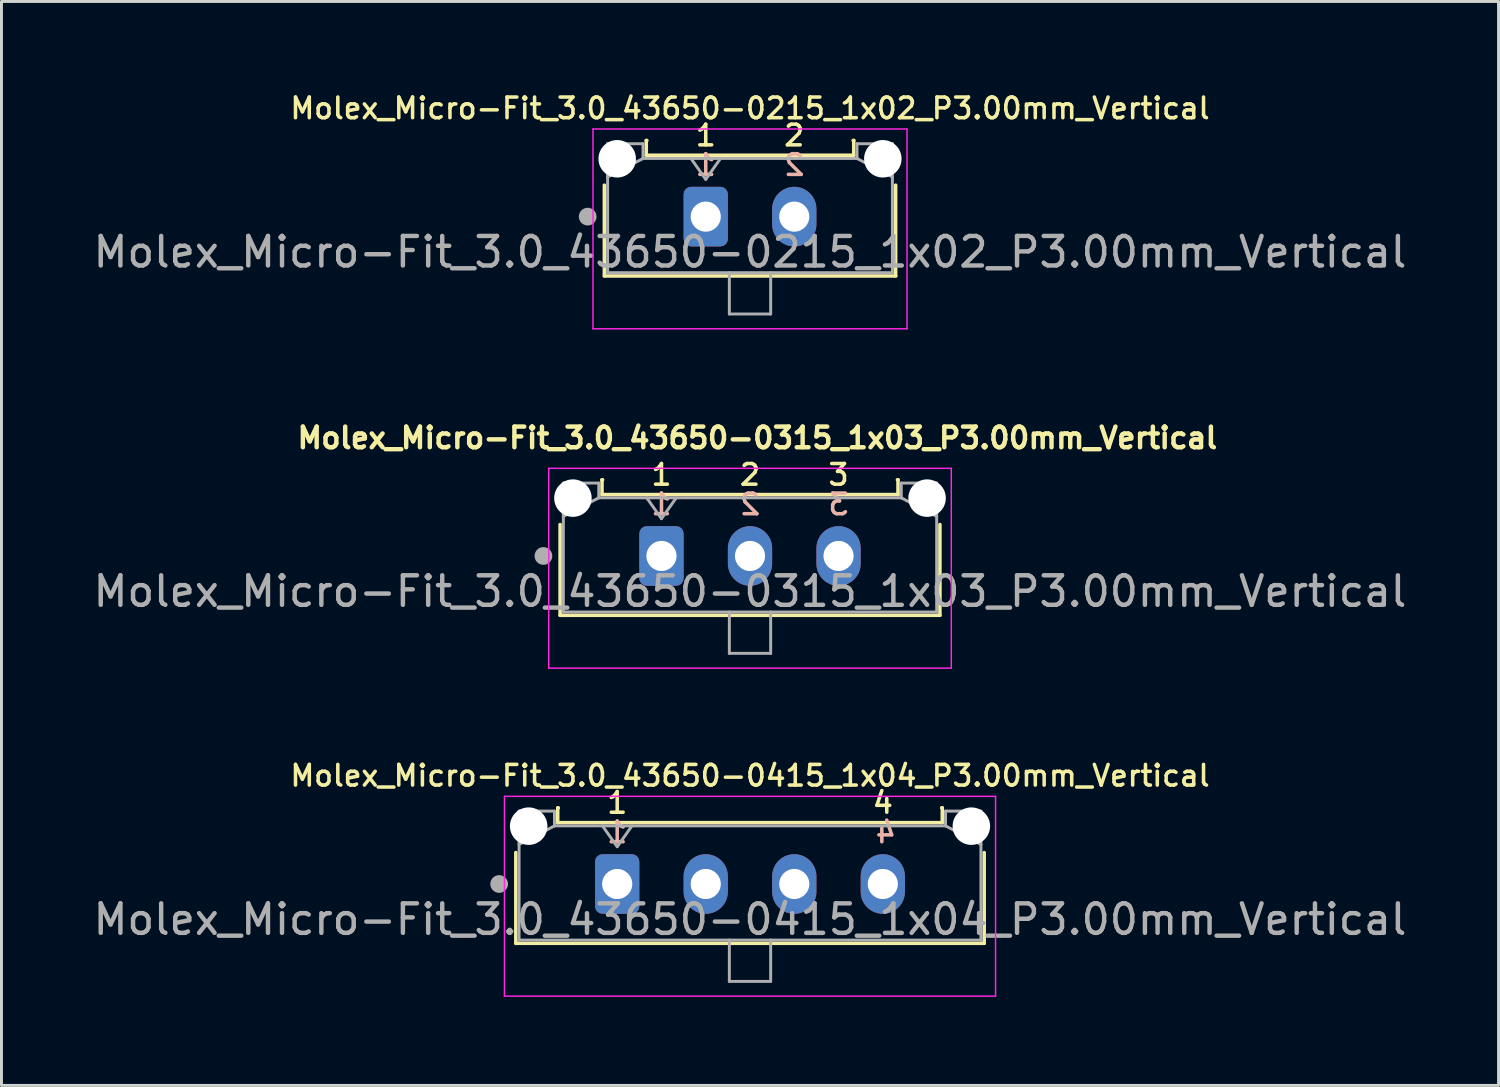
<source format=kicad_pcb>
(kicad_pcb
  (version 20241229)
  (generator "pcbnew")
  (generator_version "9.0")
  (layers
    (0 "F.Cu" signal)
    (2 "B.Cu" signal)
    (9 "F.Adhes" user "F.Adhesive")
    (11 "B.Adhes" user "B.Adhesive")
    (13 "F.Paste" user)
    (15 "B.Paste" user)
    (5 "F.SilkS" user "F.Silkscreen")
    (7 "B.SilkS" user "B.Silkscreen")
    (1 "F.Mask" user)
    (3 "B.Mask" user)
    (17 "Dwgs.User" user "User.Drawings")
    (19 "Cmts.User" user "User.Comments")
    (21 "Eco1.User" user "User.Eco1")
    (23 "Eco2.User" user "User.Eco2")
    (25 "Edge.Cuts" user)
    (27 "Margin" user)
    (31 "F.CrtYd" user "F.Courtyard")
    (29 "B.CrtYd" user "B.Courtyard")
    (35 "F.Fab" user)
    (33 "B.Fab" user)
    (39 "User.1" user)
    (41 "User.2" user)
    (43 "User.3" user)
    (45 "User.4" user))
  (footprint "Molex_Micro-Fit_3.0_43650-0415_1x04_P3.00mm_Vertical"
    (layer "F.Cu")
    (at 17.863 26.903)
    (property "Reference" "Molex_Micro-Fit_3.0_43650-0415_1x04_P3.00mm_Vertical" (at 4.5 -3.67 0) (layer "F.SilkS") (effects (font (size 0.7 0.7) (thickness 0.12))))
    (attr through_hole)
    (fp_line (start -3.435 -1.065) (end -3.435 2.01) (stroke (width 0.12) (type solid)) (layer "F.SilkS"))
    (fp_line (start -3.435 2.01) (end 12.435 2.01) (stroke (width 0.12) (type solid)) (layer "F.SilkS"))
    (fp_line (start -2.015 -2.58) (end -2.015 -2.08) (stroke (width 0.12) (type solid)) (layer "F.SilkS"))
    (fp_line (start -2.015 -2.08) (end 11.015 -2.08) (stroke (width 0.12) (type solid)) (layer "F.SilkS"))
    (fp_line (start -1.995 -2.58) (end -2.015 -2.58) (stroke (width 0.12) (type solid)) (layer "F.SilkS"))
    (fp_line (start 11.015 -2.58) (end 10.995 -2.58) (stroke (width 0.12) (type solid)) (layer "F.SilkS"))
    (fp_line (start 11.015 -2.08) (end 11.015 -2.58) (stroke (width 0.12) (type solid)) (layer "F.SilkS"))
    (fp_line (start 12.435 2.01) (end 12.435 -1.065) (stroke (width 0.12) (type solid)) (layer "F.SilkS"))
    (fp_line (start -3.82 -2.97) (end 12.82 -2.97) (stroke (width 0.05) (type solid)) (layer "F.CrtYd"))
    (fp_line (start -3.82 3.8) (end -3.82 -2.97) (stroke (width 0.05) (type solid)) (layer "F.CrtYd"))
    (fp_line (start 12.82 -2.97) (end 12.82 3.8) (stroke (width 0.05) (type solid)) (layer "F.CrtYd"))
    (fp_line (start 12.82 3.8) (end -3.82 3.8) (stroke (width 0.05) (type solid)) (layer "F.CrtYd"))
    (fp_line (start -3.325 -2.47) (end -3.325 1.9) (stroke (width 0.1) (type solid)) (layer "F.Fab"))
    (fp_line (start -3.325 -1.34) (end -2.125 -1.97) (stroke (width 0.1) (type solid)) (layer "F.Fab"))
    (fp_line (start -3.325 1.9) (end 12.325 1.9) (stroke (width 0.1) (type solid)) (layer "F.Fab"))
    (fp_line (start -2.125 -2.47) (end -3.325 -2.47) (stroke (width 0.1) (type solid)) (layer "F.Fab"))
    (fp_line (start -2.125 -1.97) (end -2.125 -2.47) (stroke (width 0.1) (type solid)) (layer "F.Fab"))
    (fp_line (start -0.5 -1.97) (end 0 -1.263) (stroke (width 0.1) (type solid)) (layer "F.Fab"))
    (fp_line (start 0 -1.263) (end 0.5 -1.97) (stroke (width 0.1) (type solid)) (layer "F.Fab"))
    (fp_line (start 3.8 1.9) (end 3.8 3.3) (stroke (width 0.1) (type solid)) (layer "F.Fab"))
    (fp_line (start 3.8 3.3) (end 5.2 3.3) (stroke (width 0.1) (type solid)) (layer "F.Fab"))
    (fp_line (start 5.2 3.3) (end 5.2 1.9) (stroke (width 0.1) (type solid)) (layer "F.Fab"))
    (fp_line (start 11.125 -2.47) (end 11.125 -1.97) (stroke (width 0.1) (type solid)) (layer "F.Fab"))
    (fp_line (start 11.125 -1.97) (end -2.125 -1.97) (stroke (width 0.1) (type solid)) (layer "F.Fab"))
    (fp_line (start 12.325 -2.47) (end 11.125 -2.47) (stroke (width 0.1) (type solid)) (layer "F.Fab"))
    (fp_line (start 12.325 -1.34) (end 11.125 -1.97) (stroke (width 0.1) (type solid)) (layer "F.Fab"))
    (fp_line (start 12.325 1.9) (end 12.325 -2.47) (stroke (width 0.1) (type solid)) (layer "F.Fab"))
    (fp_circle (center -4 0) (end -3.85 0) (stroke (width 0.3) (type solid)) (fill no) (layer "F.Fab"))
    (fp_text user "4" (at 9 -2.75 0) (layer "F.SilkS") (effects (font (size 0.7 0.7) (thickness 0.12))))
    (fp_text user "1" (at 0 -2.75 0) (layer "F.SilkS") (effects (font (size 0.7 0.7) (thickness 0.12))))
    (fp_text user "1" (at 0 -1.75 0) (layer "B.SilkS") (effects (font (size 0.7 0.7) (thickness 0.12)) (justify mirror)))
    (fp_text user "4" (at 9.1 -1.75 0) (layer "B.SilkS") (effects (font (size 0.7 0.7) (thickness 0.12)) (justify mirror)))
    (fp_text user "${REFERENCE}" (at 4.5 1.2 0) (layer "F.Fab") (effects (font (size 1 1) (thickness 0.15))))
    (pad "" np_thru_hole circle (at -3 -1.96) (size 1.27 1.27) (drill 1.27) (layers "*.Cu" "*.Mask"))
    (pad "" np_thru_hole circle (at 12 -1.96) (size 1.27 1.27) (drill 1.27) (layers "*.Cu" "*.Mask"))
    (pad "1" thru_hole roundrect (at 0 0) (size 1.5 2.02) (drill 1.02) (layers "*.Cu" "*.Mask") (roundrect_rratio 0.167))
    (pad "2" thru_hole oval (at 3 0) (size 1.5 2.02) (drill 1.02) (layers "*.Cu" "*.Mask"))
    (pad "3" thru_hole oval (at 6 0) (size 1.5 2.02) (drill 1.02) (layers "*.Cu" "*.Mask"))
    (pad "4" thru_hole oval (at 9 0) (size 1.5 2.02) (drill 1.02) (layers "*.Cu" "*.Mask")))
  (footprint "Molex_Micro-Fit_3.0_43650-0315_1x03_P3.00mm_Vertical"
    (layer "F.Cu")
    (at 19.363 15.788)
    (property "Reference" "Molex_Micro-Fit_3.0_43650-0315_1x03_P3.00mm_Vertical" (at 3.25 -4 0) (layer "F.SilkS") (effects (font (size 0.7 0.7) (thickness 0.15))))
    (attr through_hole)
    (fp_line (start -3.435 -1.065) (end -3.435 2.01) (stroke (width 0.12) (type solid)) (layer "F.SilkS"))
    (fp_line (start -3.435 2.01) (end 9.435 2.01) (stroke (width 0.12) (type solid)) (layer "F.SilkS"))
    (fp_line (start -2.015 -2.58) (end -2.015 -2.08) (stroke (width 0.12) (type solid)) (layer "F.SilkS"))
    (fp_line (start -2.015 -2.08) (end 8.015 -2.08) (stroke (width 0.12) (type solid)) (layer "F.SilkS"))
    (fp_line (start -1.995 -2.58) (end -2.015 -2.58) (stroke (width 0.12) (type solid)) (layer "F.SilkS"))
    (fp_line (start 8.015 -2.58) (end 7.995 -2.58) (stroke (width 0.12) (type solid)) (layer "F.SilkS"))
    (fp_line (start 8.015 -2.08) (end 8.015 -2.58) (stroke (width 0.12) (type solid)) (layer "F.SilkS"))
    (fp_line (start 9.435 2.01) (end 9.435 -1.065) (stroke (width 0.12) (type solid)) (layer "F.SilkS"))
    (fp_line (start -3.82 -2.97) (end 9.82 -2.97) (stroke (width 0.05) (type solid)) (layer "F.CrtYd"))
    (fp_line (start -3.82 3.8) (end -3.82 -2.97) (stroke (width 0.05) (type solid)) (layer "F.CrtYd"))
    (fp_line (start 9.82 -2.97) (end 9.82 3.8) (stroke (width 0.05) (type solid)) (layer "F.CrtYd"))
    (fp_line (start 9.82 3.8) (end -3.82 3.8) (stroke (width 0.05) (type solid)) (layer "F.CrtYd"))
    (fp_line (start -3.325 -2.47) (end -3.325 1.9) (stroke (width 0.1) (type solid)) (layer "F.Fab"))
    (fp_line (start -3.325 -1.34) (end -2.125 -1.97) (stroke (width 0.1) (type solid)) (layer "F.Fab"))
    (fp_line (start -3.325 1.9) (end 9.325 1.9) (stroke (width 0.1) (type solid)) (layer "F.Fab"))
    (fp_line (start -2.125 -2.47) (end -3.325 -2.47) (stroke (width 0.1) (type solid)) (layer "F.Fab"))
    (fp_line (start -2.125 -1.97) (end -2.125 -2.47) (stroke (width 0.1) (type solid)) (layer "F.Fab"))
    (fp_line (start -0.5 -1.97) (end 0 -1.263) (stroke (width 0.1) (type solid)) (layer "F.Fab"))
    (fp_line (start 0 -1.263) (end 0.5 -1.97) (stroke (width 0.1) (type solid)) (layer "F.Fab"))
    (fp_line (start 2.3 1.9) (end 2.3 3.3) (stroke (width 0.1) (type solid)) (layer "F.Fab"))
    (fp_line (start 2.3 3.3) (end 3.7 3.3) (stroke (width 0.1) (type solid)) (layer "F.Fab"))
    (fp_line (start 3.7 3.3) (end 3.7 1.9) (stroke (width 0.1) (type solid)) (layer "F.Fab"))
    (fp_line (start 8.125 -2.47) (end 8.125 -1.97) (stroke (width 0.1) (type solid)) (layer "F.Fab"))
    (fp_line (start 8.125 -1.97) (end -2.125 -1.97) (stroke (width 0.1) (type solid)) (layer "F.Fab"))
    (fp_line (start 9.325 -2.47) (end 8.125 -2.47) (stroke (width 0.1) (type solid)) (layer "F.Fab"))
    (fp_line (start 9.325 -1.34) (end 8.125 -1.97) (stroke (width 0.1) (type solid)) (layer "F.Fab"))
    (fp_line (start 9.325 1.9) (end 9.325 -2.47) (stroke (width 0.1) (type solid)) (layer "F.Fab"))
    (fp_circle (center -4 0) (end -3.85 0) (stroke (width 0.3) (type solid)) (fill no) (layer "F.Fab"))
    (fp_text user "2" (at 3 -2.75 0) (layer "F.SilkS") (effects (font (size 0.7 0.7) (thickness 0.12))))
    (fp_text user "3" (at 6 -2.75 0) (layer "F.SilkS") (effects (font (size 0.7 0.7) (thickness 0.12))))
    (fp_text user "1" (at 0 -2.75 0) (layer "F.SilkS") (effects (font (size 0.7 0.7) (thickness 0.12))))
    (fp_text user "2" (at 3 -1.75 0) (layer "B.SilkS") (effects (font (size 0.7 0.7) (thickness 0.12)) (justify mirror)))
    (fp_text user "1" (at 0 -1.75 0) (layer "B.SilkS") (effects (font (size 0.7 0.7) (thickness 0.12)) (justify mirror)))
    (fp_text user "3" (at 6 -1.75 0) (layer "B.SilkS") (effects (font (size 0.7 0.7) (thickness 0.12)) (justify mirror)))
    (fp_text user "${REFERENCE}" (at 3 1.2 0) (layer "F.Fab") (effects (font (size 1 1) (thickness 0.15))))
    (pad "" np_thru_hole circle (at -3 -1.96) (size 1.27 1.27) (drill 1.27) (layers "*.Cu" "*.Mask"))
    (pad "" np_thru_hole circle (at 9 -1.96) (size 1.27 1.27) (drill 1.27) (layers "*.Cu" "*.Mask"))
    (pad "1" thru_hole roundrect (at 0 0) (size 1.5 2.02) (drill 1.02) (layers "*.Cu" "*.Mask") (roundrect_rratio 0.167))
    (pad "2" thru_hole oval (at 3 0) (size 1.5 2.02) (drill 1.02) (layers "*.Cu" "*.Mask"))
    (pad "3" thru_hole oval (at 6 0) (size 1.5 2.02) (drill 1.02) (layers "*.Cu" "*.Mask")))
  (footprint "Molex_Micro-Fit_3.0_43650-0215_1x02_P3.00mm_Vertical"
    (layer "F.Cu")
    (at 20.863 4.29)
    (property "Reference" "Molex_Micro-Fit_3.0_43650-0215_1x02_P3.00mm_Vertical" (at 1.5 -3.67 0) (layer "F.SilkS") (effects (font (size 0.7 0.7) (thickness 0.12))))
    (attr through_hole)
    (fp_line (start -3.435 -1.065) (end -3.435 2.01) (stroke (width 0.12) (type solid)) (layer "F.SilkS"))
    (fp_line (start -3.435 2.01) (end 6.435 2.01) (stroke (width 0.12) (type solid)) (layer "F.SilkS"))
    (fp_line (start -2.015 -2.58) (end -2.015 -2.08) (stroke (width 0.12) (type solid)) (layer "F.SilkS"))
    (fp_line (start -2.015 -2.08) (end 5.015 -2.08) (stroke (width 0.12) (type solid)) (layer "F.SilkS"))
    (fp_line (start -1.995 -2.58) (end -2.015 -2.58) (stroke (width 0.12) (type solid)) (layer "F.SilkS"))
    (fp_line (start 5.015 -2.58) (end 4.995 -2.58) (stroke (width 0.12) (type solid)) (layer "F.SilkS"))
    (fp_line (start 5.015 -2.08) (end 5.015 -2.58) (stroke (width 0.12) (type solid)) (layer "F.SilkS"))
    (fp_line (start 6.435 2.01) (end 6.435 -1.065) (stroke (width 0.12) (type solid)) (layer "F.SilkS"))
    (fp_line (start -3.82 -2.97) (end 6.82 -2.97) (stroke (width 0.05) (type solid)) (layer "F.CrtYd"))
    (fp_line (start -3.82 3.8) (end -3.82 -2.97) (stroke (width 0.05) (type solid)) (layer "F.CrtYd"))
    (fp_line (start 6.82 -2.97) (end 6.82 3.8) (stroke (width 0.05) (type solid)) (layer "F.CrtYd"))
    (fp_line (start 6.82 3.8) (end -3.82 3.8) (stroke (width 0.05) (type solid)) (layer "F.CrtYd"))
    (fp_line (start -3.325 -2.47) (end -3.325 1.9) (stroke (width 0.1) (type solid)) (layer "F.Fab"))
    (fp_line (start -3.325 -1.34) (end -2.125 -1.97) (stroke (width 0.1) (type solid)) (layer "F.Fab"))
    (fp_line (start -3.325 1.9) (end 6.325 1.9) (stroke (width 0.1) (type solid)) (layer "F.Fab"))
    (fp_line (start -2.125 -2.47) (end -3.325 -2.47) (stroke (width 0.1) (type solid)) (layer "F.Fab"))
    (fp_line (start -2.125 -1.97) (end -2.125 -2.47) (stroke (width 0.1) (type solid)) (layer "F.Fab"))
    (fp_line (start -0.5 -1.97) (end 0 -1.263) (stroke (width 0.1) (type solid)) (layer "F.Fab"))
    (fp_line (start 0 -1.263) (end 0.5 -1.97) (stroke (width 0.1) (type solid)) (layer "F.Fab"))
    (fp_line (start 0.8 1.9) (end 0.8 3.3) (stroke (width 0.1) (type solid)) (layer "F.Fab"))
    (fp_line (start 0.8 3.3) (end 2.2 3.3) (stroke (width 0.1) (type solid)) (layer "F.Fab"))
    (fp_line (start 2.2 3.3) (end 2.2 1.9) (stroke (width 0.1) (type solid)) (layer "F.Fab"))
    (fp_line (start 5.125 -2.47) (end 5.125 -1.97) (stroke (width 0.1) (type solid)) (layer "F.Fab"))
    (fp_line (start 5.125 -1.97) (end -2.125 -1.97) (stroke (width 0.1) (type solid)) (layer "F.Fab"))
    (fp_line (start 6.325 -2.47) (end 5.125 -2.47) (stroke (width 0.1) (type solid)) (layer "F.Fab"))
    (fp_line (start 6.325 -1.34) (end 5.125 -1.97) (stroke (width 0.1) (type solid)) (layer "F.Fab"))
    (fp_line (start 6.325 1.9) (end 6.325 -2.47) (stroke (width 0.1) (type solid)) (layer "F.Fab"))
    (fp_circle (center -4 0) (end -3.85 0) (stroke (width 0.3) (type solid)) (fill no) (layer "F.Fab"))
    (fp_text user "2" (at 3 -2.75 0) (layer "F.SilkS") (effects (font (size 0.7 0.7) (thickness 0.12))))
    (fp_text user "1" (at 0 -2.75 0) (layer "F.SilkS") (effects (font (size 0.7 0.7) (thickness 0.12))))
    (fp_text user "1" (at 0 -1.75 0) (layer "B.SilkS") (effects (font (size 0.7 0.7) (thickness 0.12)) (justify mirror)))
    (fp_text user "2" (at 3 -1.75 0) (layer "B.SilkS") (effects (font (size 0.7 0.7) (thickness 0.12)) (justify mirror)))
    (fp_text user "${REFERENCE}" (at 1.5 1.2 0) (layer "F.Fab") (effects (font (size 1 1) (thickness 0.15))))
    (pad "" np_thru_hole circle (at -3 -1.96) (size 1.27 1.27) (drill 1.27) (layers "*.Cu" "*.Mask"))
    (pad "" np_thru_hole circle (at 6 -1.96) (size 1.27 1.27) (drill 1.27) (layers "*.Cu" "*.Mask"))
    (pad "1" thru_hole roundrect (at 0 0) (size 1.5 2.02) (drill 1.02) (layers "*.Cu" "*.Mask") (roundrect_rratio 0.167))
    (pad "2" thru_hole oval (at 3 0) (size 1.5 2.02) (drill 1.02) (layers "*.Cu" "*.Mask")))
  (gr_rect
    (start -3 -3)
    (end 47.726 33.728)
    (stroke (width 0.1) (type default))
    (fill no)
    (layer "Edge.Cuts")))
</source>
